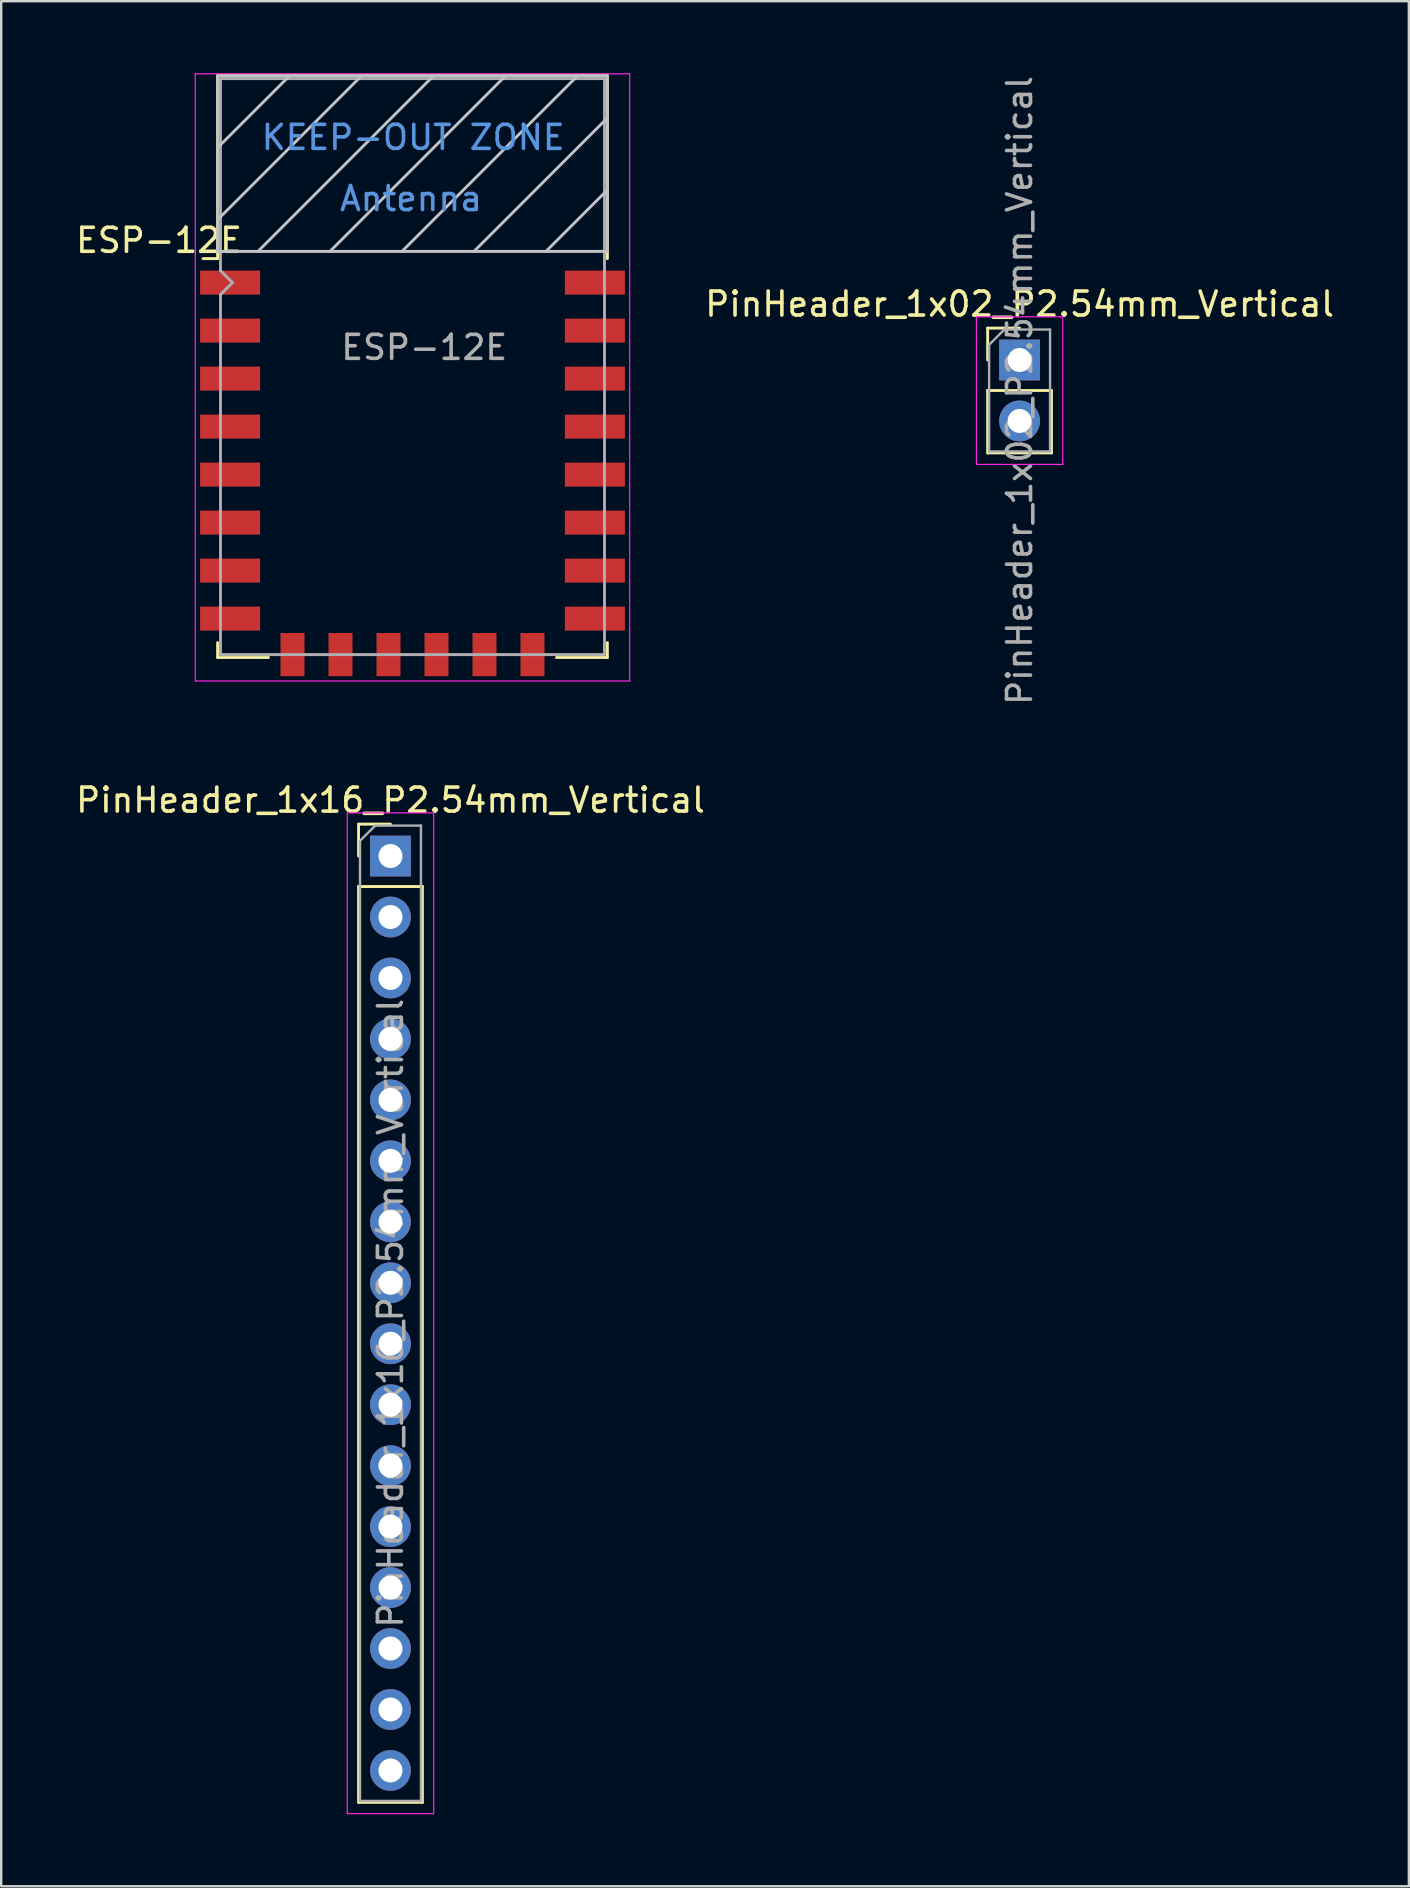
<source format=kicad_pcb>
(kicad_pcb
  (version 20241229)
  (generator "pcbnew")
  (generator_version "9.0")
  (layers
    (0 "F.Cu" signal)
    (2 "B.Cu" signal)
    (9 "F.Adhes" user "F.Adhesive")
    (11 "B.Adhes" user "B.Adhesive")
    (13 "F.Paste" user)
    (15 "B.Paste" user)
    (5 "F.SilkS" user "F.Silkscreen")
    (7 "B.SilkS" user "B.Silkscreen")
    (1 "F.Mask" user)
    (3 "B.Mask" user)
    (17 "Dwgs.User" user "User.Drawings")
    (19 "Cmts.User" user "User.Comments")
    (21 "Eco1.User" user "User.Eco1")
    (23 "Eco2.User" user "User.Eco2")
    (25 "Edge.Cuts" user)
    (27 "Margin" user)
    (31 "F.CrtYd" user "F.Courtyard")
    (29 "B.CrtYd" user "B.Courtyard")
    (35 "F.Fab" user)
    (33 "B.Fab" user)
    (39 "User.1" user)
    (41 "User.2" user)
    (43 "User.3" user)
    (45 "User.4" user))
  (footprint "PinHeader_1x02_P2.54mm_Vertical"
    (layer "F.Cu")
    (at 39.433 11.95)
    (property "Reference" "PinHeader_1x02_P2.54mm_Vertical" (at 0 -2.33 180) (layer "F.SilkS") (effects (font (size 1 1) (thickness 0.15))))
    (attr through_hole)
    (fp_line (start -1.33 -1.33) (end 0 -1.33) (stroke (width 0.12) (type solid)) (layer "F.SilkS"))
    (fp_line (start -1.33 0) (end -1.33 -1.33) (stroke (width 0.12) (type solid)) (layer "F.SilkS"))
    (fp_line (start -1.33 1.27) (end -1.33 3.87) (stroke (width 0.12) (type solid)) (layer "F.SilkS"))
    (fp_line (start -1.33 1.27) (end 1.33 1.27) (stroke (width 0.12) (type solid)) (layer "F.SilkS"))
    (fp_line (start -1.33 3.87) (end 1.33 3.87) (stroke (width 0.12) (type solid)) (layer "F.SilkS"))
    (fp_line (start 1.33 1.27) (end 1.33 3.87) (stroke (width 0.12) (type solid)) (layer "F.SilkS"))
    (fp_line (start -1.8 -1.8) (end -1.8 4.35) (stroke (width 0.05) (type solid)) (layer "F.CrtYd"))
    (fp_line (start -1.8 4.35) (end 1.8 4.35) (stroke (width 0.05) (type solid)) (layer "F.CrtYd"))
    (fp_line (start 1.8 -1.8) (end -1.8 -1.8) (stroke (width 0.05) (type solid)) (layer "F.CrtYd"))
    (fp_line (start 1.8 4.35) (end 1.8 -1.8) (stroke (width 0.05) (type solid)) (layer "F.CrtYd"))
    (fp_line (start -1.27 -0.635) (end -0.635 -1.27) (stroke (width 0.1) (type solid)) (layer "F.Fab"))
    (fp_line (start -1.27 3.81) (end -1.27 -0.635) (stroke (width 0.1) (type solid)) (layer "F.Fab"))
    (fp_line (start -0.635 -1.27) (end 1.27 -1.27) (stroke (width 0.1) (type solid)) (layer "F.Fab"))
    (fp_line (start 1.27 -1.27) (end 1.27 3.81) (stroke (width 0.1) (type solid)) (layer "F.Fab"))
    (fp_line (start 1.27 3.81) (end -1.27 3.81) (stroke (width 0.1) (type solid)) (layer "F.Fab"))
    (fp_text user "${REFERENCE}" (at 0 1.27 270) (layer "F.Fab") (effects (font (size 1 1) (thickness 0.15))))
    (pad "1" thru_hole rect (at 0 0) (size 1.7 1.7) (drill 1) (layers "*.Cu" "*.Mask"))
    (pad "2" thru_hole oval (at 0 2.54) (size 1.7 1.7) (drill 1) (layers "*.Cu" "*.Mask")))
  (footprint "PinHeader_1x16_P2.54mm_Vertical"
    (layer "F.Cu")
    (at 13.22 32.619)
    (property "Reference" "PinHeader_1x16_P2.54mm_Vertical" (at 0 -2.33 180) (layer "F.SilkS") (effects (font (size 1 1) (thickness 0.15))))
    (attr through_hole)
    (fp_line (start -1.33 -1.33) (end 0 -1.33) (stroke (width 0.12) (type solid)) (layer "F.SilkS"))
    (fp_line (start -1.33 0) (end -1.33 -1.33) (stroke (width 0.12) (type solid)) (layer "F.SilkS"))
    (fp_line (start -1.33 1.27) (end -1.33 39.43) (stroke (width 0.12) (type solid)) (layer "F.SilkS"))
    (fp_line (start -1.33 1.27) (end 1.33 1.27) (stroke (width 0.12) (type solid)) (layer "F.SilkS"))
    (fp_line (start -1.33 39.43) (end 1.33 39.43) (stroke (width 0.12) (type solid)) (layer "F.SilkS"))
    (fp_line (start 1.33 1.27) (end 1.33 39.43) (stroke (width 0.12) (type solid)) (layer "F.SilkS"))
    (fp_line (start -1.8 -1.8) (end -1.8 39.9) (stroke (width 0.05) (type solid)) (layer "F.CrtYd"))
    (fp_line (start -1.8 39.9) (end 1.8 39.9) (stroke (width 0.05) (type solid)) (layer "F.CrtYd"))
    (fp_line (start 1.8 -1.8) (end -1.8 -1.8) (stroke (width 0.05) (type solid)) (layer "F.CrtYd"))
    (fp_line (start 1.8 39.9) (end 1.8 -1.8) (stroke (width 0.05) (type solid)) (layer "F.CrtYd"))
    (fp_line (start -1.27 -0.635) (end -0.635 -1.27) (stroke (width 0.1) (type solid)) (layer "F.Fab"))
    (fp_line (start -1.27 39.37) (end -1.27 -0.635) (stroke (width 0.1) (type solid)) (layer "F.Fab"))
    (fp_line (start -0.635 -1.27) (end 1.27 -1.27) (stroke (width 0.1) (type solid)) (layer "F.Fab"))
    (fp_line (start 1.27 -1.27) (end 1.27 39.37) (stroke (width 0.1) (type solid)) (layer "F.Fab"))
    (fp_line (start 1.27 39.37) (end -1.27 39.37) (stroke (width 0.1) (type solid)) (layer "F.Fab"))
    (fp_text user "${REFERENCE}" (at 0 19.05 270) (layer "F.Fab") (effects (font (size 1 1) (thickness 0.15))))
    (pad "1" thru_hole rect (at 0 0) (size 1.7 1.7) (drill 1) (layers "*.Cu" "*.Mask"))
    (pad "2" thru_hole oval (at 0 2.54) (size 1.7 1.7) (drill 1) (layers "*.Cu" "*.Mask"))
    (pad "3" thru_hole oval (at 0 5.08) (size 1.7 1.7) (drill 1) (layers "*.Cu" "*.Mask"))
    (pad "4" thru_hole oval (at 0 7.62) (size 1.7 1.7) (drill 1) (layers "*.Cu" "*.Mask"))
    (pad "5" thru_hole oval (at 0 10.16) (size 1.7 1.7) (drill 1) (layers "*.Cu" "*.Mask"))
    (pad "6" thru_hole oval (at 0 12.7) (size 1.7 1.7) (drill 1) (layers "*.Cu" "*.Mask"))
    (pad "7" thru_hole oval (at 0 15.24) (size 1.7 1.7) (drill 1) (layers "*.Cu" "*.Mask"))
    (pad "8" thru_hole oval (at 0 17.78) (size 1.7 1.7) (drill 1) (layers "*.Cu" "*.Mask"))
    (pad "9" thru_hole oval (at 0 20.32) (size 1.7 1.7) (drill 1) (layers "*.Cu" "*.Mask"))
    (pad "10" thru_hole oval (at 0 22.86) (size 1.7 1.7) (drill 1) (layers "*.Cu" "*.Mask"))
    (pad "11" thru_hole oval (at 0 25.4) (size 1.7 1.7) (drill 1) (layers "*.Cu" "*.Mask"))
    (pad "12" thru_hole oval (at 0 27.94) (size 1.7 1.7) (drill 1) (layers "*.Cu" "*.Mask"))
    (pad "13" thru_hole oval (at 0 30.48) (size 1.7 1.7) (drill 1) (layers "*.Cu" "*.Mask"))
    (pad "14" thru_hole oval (at 0 33.02) (size 1.7 1.7) (drill 1) (layers "*.Cu" "*.Mask"))
    (pad "15" thru_hole oval (at 0 35.56) (size 1.7 1.7) (drill 1) (layers "*.Cu" "*.Mask"))
    (pad "16" thru_hole oval (at 0 38.1) (size 1.7 1.7) (drill 1) (layers "*.Cu" "*.Mask")))
  (footprint "ESP-12E"
    (layer "F.Cu")
    (at 14.137 12.225)
    (property "Reference" "ESP-12E" (at -10.56 -5.26 180) (layer "F.SilkS") (effects (font (size 1 1) (thickness 0.15))))
    (attr smd)
    (fp_line (start -8.12 -12.12) (end 8.12 -12.12) (stroke (width 0.12) (type solid)) (layer "F.SilkS"))
    (fp_line (start -8.12 -4.5) (end -8.73 -4.5) (stroke (width 0.12) (type solid)) (layer "F.SilkS"))
    (fp_line (start -8.12 -4.5) (end -8.12 -12.12) (stroke (width 0.12) (type solid)) (layer "F.SilkS"))
    (fp_line (start -8.12 12.12) (end -8.12 11.5) (stroke (width 0.12) (type solid)) (layer "F.SilkS"))
    (fp_line (start -6 12.12) (end -8.12 12.12) (stroke (width 0.12) (type solid)) (layer "F.SilkS"))
    (fp_line (start 8.12 -12.12) (end 8.12 -4.5) (stroke (width 0.12) (type solid)) (layer "F.SilkS"))
    (fp_line (start 8.12 11.5) (end 8.12 12.12) (stroke (width 0.12) (type solid)) (layer "F.SilkS"))
    (fp_line (start 8.12 12.12) (end 6 12.12) (stroke (width 0.12) (type solid)) (layer "F.SilkS"))
    (fp_line (start -8.12 -12.12) (end 8.12 -12.12) (stroke (width 0.12) (type solid)) (layer "Dwgs.User"))
    (fp_line (start -8.12 -9.12) (end -5.12 -12.12) (stroke (width 0.12) (type solid)) (layer "Dwgs.User"))
    (fp_line (start -8.12 -6.12) (end -2.12 -12.12) (stroke (width 0.12) (type solid)) (layer "Dwgs.User"))
    (fp_line (start -8.12 -4.8) (end -8.12 -12.12) (stroke (width 0.12) (type solid)) (layer "Dwgs.User"))
    (fp_line (start -6.44 -4.8) (end 0.88 -12.12) (stroke (width 0.12) (type solid)) (layer "Dwgs.User"))
    (fp_line (start -3.44 -4.8) (end 3.88 -12.12) (stroke (width 0.12) (type solid)) (layer "Dwgs.User"))
    (fp_line (start -0.44 -4.8) (end 6.88 -12.12) (stroke (width 0.12) (type solid)) (layer "Dwgs.User"))
    (fp_line (start 2.56 -4.8) (end 8.12 -10.36) (stroke (width 0.12) (type solid)) (layer "Dwgs.User"))
    (fp_line (start 5.56 -4.8) (end 8.12 -7.36) (stroke (width 0.12) (type solid)) (layer "Dwgs.User"))
    (fp_line (start 8.12 -12.12) (end 8.12 -4.8) (stroke (width 0.12) (type solid)) (layer "Dwgs.User"))
    (fp_line (start 8.12 -4.8) (end -8.12 -4.8) (stroke (width 0.12) (type solid)) (layer "Dwgs.User"))
    (fp_line (start -9.05 -12.2) (end 9.05 -12.2) (stroke (width 0.05) (type solid)) (layer "F.CrtYd"))
    (fp_line (start -9.05 13.1) (end -9.05 -12.2) (stroke (width 0.05) (type solid)) (layer "F.CrtYd"))
    (fp_line (start 9.05 -12.2) (end 9.05 13.1) (stroke (width 0.05) (type solid)) (layer "F.CrtYd"))
    (fp_line (start 9.05 13.1) (end -9.05 13.1) (stroke (width 0.05) (type solid)) (layer "F.CrtYd"))
    (fp_line (start -8 -12) (end 8 -12) (stroke (width 0.12) (type solid)) (layer "F.Fab"))
    (fp_line (start -8 -4) (end -8 -12) (stroke (width 0.12) (type solid)) (layer "F.Fab"))
    (fp_line (start -8 -3) (end -7.5 -3.5) (stroke (width 0.12) (type solid)) (layer "F.Fab"))
    (fp_line (start -8 12) (end -8 -3) (stroke (width 0.12) (type solid)) (layer "F.Fab"))
    (fp_line (start -7.5 -3.5) (end -8 -4) (stroke (width 0.12) (type solid)) (layer "F.Fab"))
    (fp_line (start 8 -12) (end 8 12) (stroke (width 0.12) (type solid)) (layer "F.Fab"))
    (fp_line (start 8 12) (end -8 12) (stroke (width 0.12) (type solid)) (layer "F.Fab"))
    (fp_text user "KEEP-OUT ZONE" (at 0.03 -9.55 0) (layer "Cmts.User") (effects (font (size 1 1) (thickness 0.15))))
    (fp_text user "Antenna" (at -0.06 -7 0) (layer "Cmts.User") (effects (font (size 1 1) (thickness 0.15))))
    (fp_text user "${REFERENCE}" (at 0.49 -0.8 180) (layer "F.Fab") (effects (font (size 1 1) (thickness 0.15))))
    (pad "1" smd rect (at -7.6 -3.5) (size 2.5 1) (layers "F.Cu" "F.Mask" "F.Paste"))
    (pad "2" smd rect (at -7.6 -1.5) (size 2.5 1) (layers "F.Cu" "F.Mask" "F.Paste"))
    (pad "3" smd rect (at -7.6 0.5) (size 2.5 1) (layers "F.Cu" "F.Mask" "F.Paste"))
    (pad "4" smd rect (at -7.6 2.5) (size 2.5 1) (layers "F.Cu" "F.Mask" "F.Paste"))
    (pad "5" smd rect (at -7.6 4.5) (size 2.5 1) (layers "F.Cu" "F.Mask" "F.Paste"))
    (pad "6" smd rect (at -7.6 6.5) (size 2.5 1) (layers "F.Cu" "F.Mask" "F.Paste"))
    (pad "7" smd rect (at -7.6 8.5) (size 2.5 1) (layers "F.Cu" "F.Mask" "F.Paste"))
    (pad "8" smd rect (at -7.6 10.5) (size 2.5 1) (layers "F.Cu" "F.Mask" "F.Paste"))
    (pad "9" smd rect (at -5 12) (size 1 1.8) (layers "F.Cu" "F.Mask" "F.Paste"))
    (pad "10" smd rect (at -3 12) (size 1 1.8) (layers "F.Cu" "F.Mask" "F.Paste"))
    (pad "11" smd rect (at -1 12) (size 1 1.8) (layers "F.Cu" "F.Mask" "F.Paste"))
    (pad "12" smd rect (at 1 12) (size 1 1.8) (layers "F.Cu" "F.Mask" "F.Paste"))
    (pad "13" smd rect (at 3 12) (size 1 1.8) (layers "F.Cu" "F.Mask" "F.Paste"))
    (pad "14" smd rect (at 5 12) (size 1 1.8) (layers "F.Cu" "F.Mask" "F.Paste"))
    (pad "15" smd rect (at 7.6 10.5) (size 2.5 1) (layers "F.Cu" "F.Mask" "F.Paste"))
    (pad "16" smd rect (at 7.6 8.5) (size 2.5 1) (layers "F.Cu" "F.Mask" "F.Paste"))
    (pad "17" smd rect (at 7.6 6.5) (size 2.5 1) (layers "F.Cu" "F.Mask" "F.Paste"))
    (pad "18" smd rect (at 7.6 4.5) (size 2.5 1) (layers "F.Cu" "F.Mask" "F.Paste"))
    (pad "19" smd rect (at 7.6 2.5) (size 2.5 1) (layers "F.Cu" "F.Mask" "F.Paste"))
    (pad "20" smd rect (at 7.6 0.5) (size 2.5 1) (layers "F.Cu" "F.Mask" "F.Paste"))
    (pad "21" smd rect (at 7.6 -1.5) (size 2.5 1) (layers "F.Cu" "F.Mask" "F.Paste"))
    (pad "22" smd rect (at 7.6 -3.5) (size 2.5 1) (layers "F.Cu" "F.Mask" "F.Paste")))
  (gr_rect
    (start -3 -3)
    (end 55.653 75.544)
    (stroke (width 0.1) (type default))
    (fill no)
    (layer "Edge.Cuts")))
</source>
